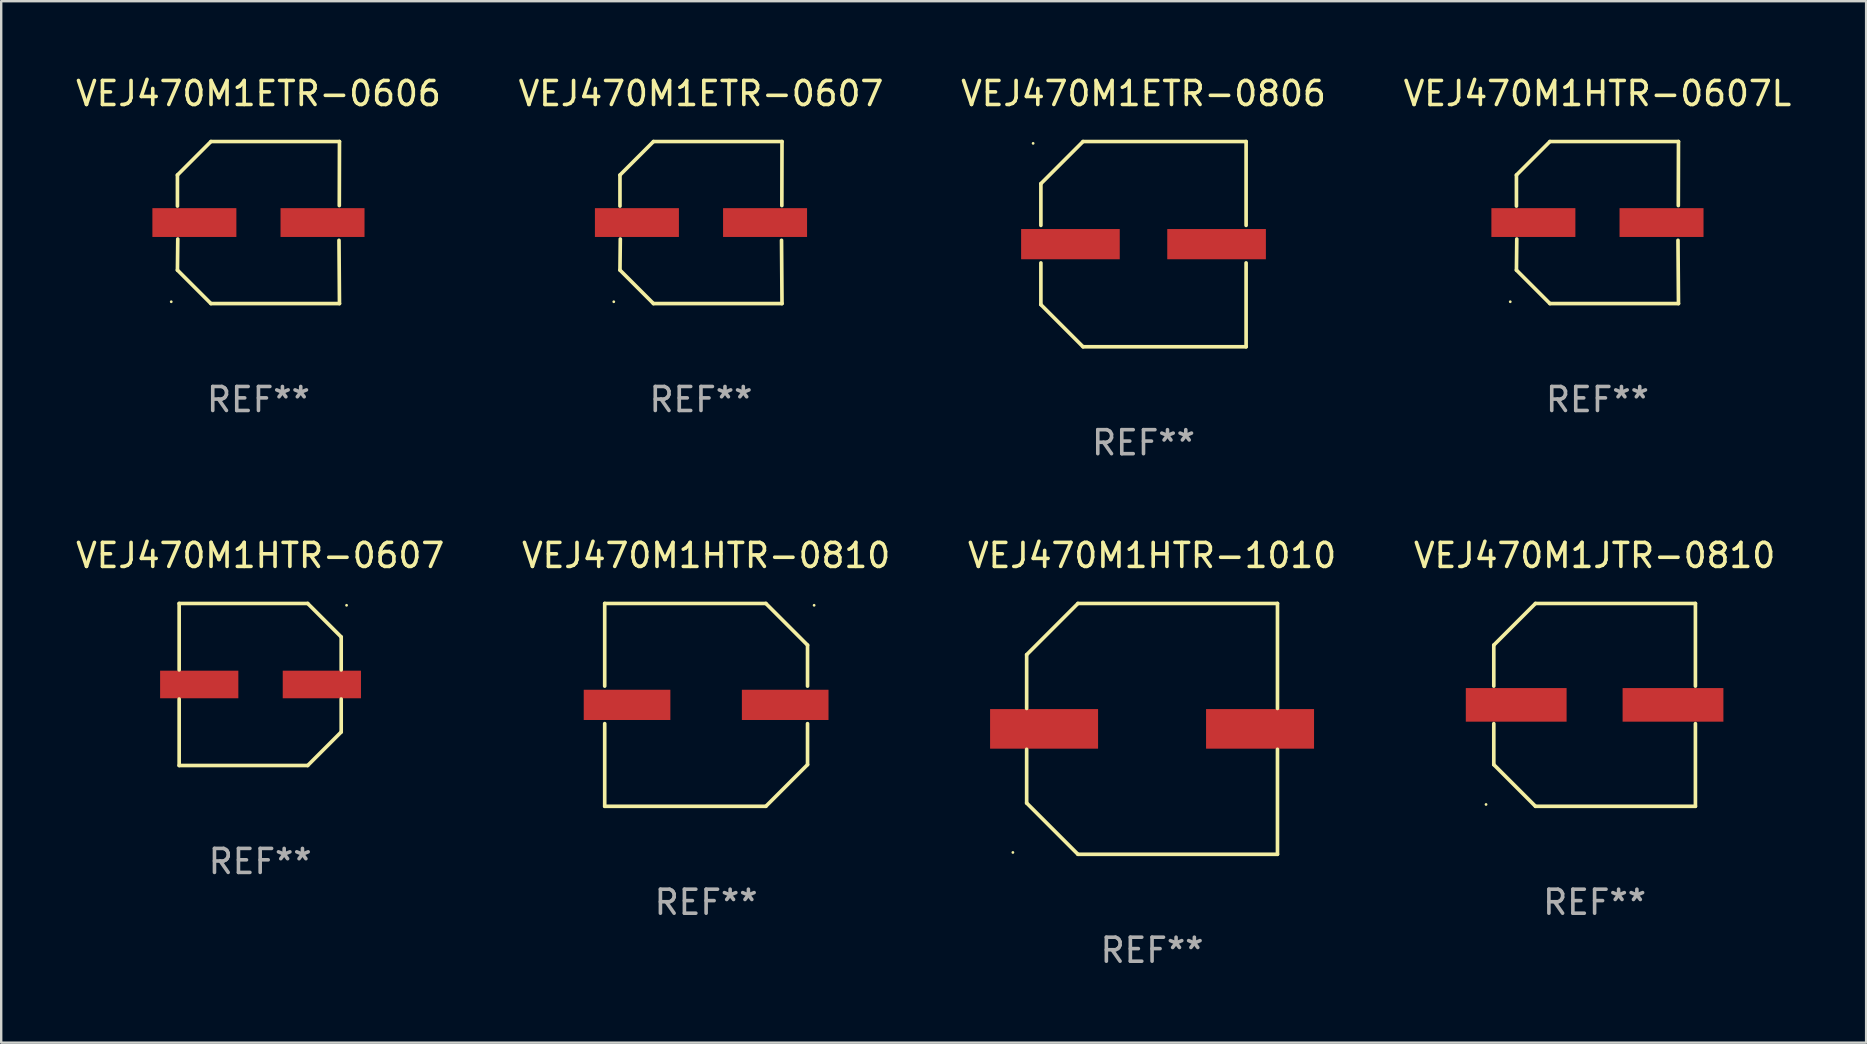
<source format=kicad_pcb>
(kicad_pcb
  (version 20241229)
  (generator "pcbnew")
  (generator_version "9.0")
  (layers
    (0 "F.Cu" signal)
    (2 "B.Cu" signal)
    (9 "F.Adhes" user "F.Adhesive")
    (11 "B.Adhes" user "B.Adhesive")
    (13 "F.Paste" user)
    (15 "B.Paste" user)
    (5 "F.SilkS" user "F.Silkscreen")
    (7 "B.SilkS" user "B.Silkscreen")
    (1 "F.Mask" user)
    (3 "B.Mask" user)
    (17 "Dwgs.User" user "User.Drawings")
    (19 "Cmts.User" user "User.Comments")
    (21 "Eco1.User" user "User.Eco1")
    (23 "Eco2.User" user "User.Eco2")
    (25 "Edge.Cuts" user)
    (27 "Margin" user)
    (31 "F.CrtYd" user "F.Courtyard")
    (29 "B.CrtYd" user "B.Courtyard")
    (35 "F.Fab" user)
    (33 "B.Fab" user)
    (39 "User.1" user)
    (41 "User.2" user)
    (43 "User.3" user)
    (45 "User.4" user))
  (footprint "VEJ470M1HTR-1010"
    (layer "F.Cu")
    (at 44.958 27.323)
    (property "Reference" "VEJ470M1HTR-1010" (at 0 -7.226 0) (layer "F.SilkS") (effects (font (size 1 1) (thickness 0.15))))
    (attr through_hole)
    (fp_line (start -5.226 -3.09) (end -5.226 -0.852) (stroke (width 0.152) (type solid)) (layer "F.SilkS"))
    (fp_line (start -5.226 3.09) (end -5.226 0.852) (stroke (width 0.152) (type solid)) (layer "F.SilkS"))
    (fp_line (start -3.09 -5.226) (end -5.226 -3.09) (stroke (width 0.152) (type solid)) (layer "F.SilkS"))
    (fp_line (start -3.09 5.226) (end -5.226 3.09) (stroke (width 0.152) (type solid)) (layer "F.SilkS"))
    (fp_line (start 5.226 -5.226) (end -3.09 -5.226) (stroke (width 0.152) (type solid)) (layer "F.SilkS"))
    (fp_line (start 5.226 -0.852) (end 5.226 -5.226) (stroke (width 0.152) (type solid)) (layer "F.SilkS"))
    (fp_line (start 5.226 0.852) (end 5.226 5.226) (stroke (width 0.152) (type solid)) (layer "F.SilkS"))
    (fp_line (start 5.226 5.226) (end -3.09 5.226) (stroke (width 0.152) (type solid)) (layer "F.SilkS"))
    (fp_circle (center -5.8 5.15) (end -5.77 5.15) (stroke (width 0.06) (type solid)) (fill no) (layer "F.SilkS"))
    (fp_text user "REF**" (at 0 9.226 0) (layer "F.Fab") (effects (font (size 1 1) (thickness 0.15))))
    (pad "1" smd rect (at -4.5 0) (size 4.5 1.65) (layers "F.Cu" "F.Mask" "F.Paste"))
    (pad "2" smd rect (at 4.5 0) (size 4.5 1.65) (layers "F.Cu" "F.Mask" "F.Paste")))
  (footprint "VEJ470M1HTR-0607L"
    (layer "F.Cu")
    (at 63.518 6.224)
    (property "Reference" "VEJ470M1HTR-0607L" (at 0 -5.376 0) (layer "F.SilkS") (effects (font (size 1 1) (thickness 0.15))))
    (attr through_hole)
    (fp_line (start -3.376 -1.98) (end -3.376 -0.686) (stroke (width 0.152) (type solid)) (layer "F.SilkS"))
    (fp_line (start -3.376 1.981) (end -3.362 0.686) (stroke (width 0.152) (type solid)) (layer "F.SilkS"))
    (fp_line (start -1.981 3.376) (end -3.376 1.981) (stroke (width 0.152) (type solid)) (layer "F.SilkS"))
    (fp_line (start -1.98 -3.376) (end -3.376 -1.98) (stroke (width 0.152) (type solid)) (layer "F.SilkS"))
    (fp_line (start 3.356 0.74) (end 3.376 3.376) (stroke (width 0.152) (type solid)) (layer "F.SilkS"))
    (fp_line (start 3.369 -0.707) (end 3.376 -3.376) (stroke (width 0.152) (type solid)) (layer "F.SilkS"))
    (fp_line (start 3.376 3.376) (end -1.981 3.376) (stroke (width 0.152) (type solid)) (layer "F.SilkS"))
    (fp_line (start 3.376 -3.376) (end -1.98 -3.376) (stroke (width 0.152) (type solid)) (layer "F.SilkS"))
    (fp_circle (center -3.634 3.3) (end -3.604 3.3) (stroke (width 0.06) (type solid)) (fill no) (layer "F.SilkS"))
    (fp_text user "REF**" (at 0 7.376 0) (layer "F.Fab") (effects (font (size 1 1) (thickness 0.15))))
    (pad "1" smd rect (at -2.67 0.000254) (size 3.5 1.2) (layers "F.Cu" "F.Mask" "F.Paste"))
    (pad "2" smd rect (at 2.67 0.000254) (size 3.5 1.2) (layers "F.Cu" "F.Mask" "F.Paste")))
  (footprint "VEJ470M1ETR-0806"
    (layer "F.Cu")
    (at 44.601 7.124)
    (property "Reference" "VEJ470M1ETR-0806" (at 0 -6.276 0) (layer "F.SilkS") (effects (font (size 1 1) (thickness 0.15))))
    (attr through_hole)
    (fp_line (start -4.276 -2.52) (end -2.52 -4.276) (stroke (width 0.152) (type solid)) (layer "F.SilkS"))
    (fp_line (start -4.276 -0.782) (end -4.276 -2.52) (stroke (width 0.152) (type solid)) (layer "F.SilkS"))
    (fp_line (start -4.276 0.782) (end -4.276 2.52) (stroke (width 0.152) (type solid)) (layer "F.SilkS"))
    (fp_line (start -4.276 2.52) (end -2.52 4.276) (stroke (width 0.152) (type solid)) (layer "F.SilkS"))
    (fp_line (start -2.52 -4.276) (end 4.276 -4.276) (stroke (width 0.152) (type solid)) (layer "F.SilkS"))
    (fp_line (start -2.52 4.276) (end 4.276 4.276) (stroke (width 0.152) (type solid)) (layer "F.SilkS"))
    (fp_line (start 4.276 -4.276) (end 4.276 -0.782) (stroke (width 0.152) (type solid)) (layer "F.SilkS"))
    (fp_line (start 4.276 4.276) (end 4.276 0.782) (stroke (width 0.152) (type solid)) (layer "F.SilkS"))
    (fp_circle (center -4.6 -4.2) (end -4.57 -4.2) (stroke (width 0.06) (type solid)) (fill no) (layer "F.SilkS"))
    (fp_text user "REF**" (at 0 8.276 0) (layer "F.Fab") (effects (font (size 1 1) (thickness 0.15))))
    (pad "1" smd rect (at -3.045 -0.000025) (size 4.11 1.26) (layers "F.Cu" "F.Mask" "F.Paste"))
    (pad "2" smd rect (at 3.045 -0.000025) (size 4.11 1.26) (layers "F.Cu" "F.Mask" "F.Paste")))
  (footprint "VEJ470M1ETR-0607"
    (layer "F.Cu")
    (at 26.161 6.224)
    (property "Reference" "VEJ470M1ETR-0607" (at 0 -5.376 0) (layer "F.SilkS") (effects (font (size 1 1) (thickness 0.15))))
    (attr through_hole)
    (fp_line (start -3.376 -1.98) (end -3.376 -0.686) (stroke (width 0.152) (type solid)) (layer "F.SilkS"))
    (fp_line (start -3.376 1.981) (end -3.362 0.686) (stroke (width 0.152) (type solid)) (layer "F.SilkS"))
    (fp_line (start -1.981 3.376) (end -3.376 1.981) (stroke (width 0.152) (type solid)) (layer "F.SilkS"))
    (fp_line (start -1.98 -3.376) (end -3.376 -1.98) (stroke (width 0.152) (type solid)) (layer "F.SilkS"))
    (fp_line (start 3.356 0.74) (end 3.376 3.376) (stroke (width 0.152) (type solid)) (layer "F.SilkS"))
    (fp_line (start 3.369 -0.707) (end 3.376 -3.376) (stroke (width 0.152) (type solid)) (layer "F.SilkS"))
    (fp_line (start 3.376 3.376) (end -1.981 3.376) (stroke (width 0.152) (type solid)) (layer "F.SilkS"))
    (fp_line (start 3.376 -3.376) (end -1.98 -3.376) (stroke (width 0.152) (type solid)) (layer "F.SilkS"))
    (fp_circle (center -3.634 3.3) (end -3.604 3.3) (stroke (width 0.06) (type solid)) (fill no) (layer "F.SilkS"))
    (fp_text user "REF**" (at 0 7.376 0) (layer "F.Fab") (effects (font (size 1 1) (thickness 0.15))))
    (pad "1" smd rect (at -2.67 0.000254) (size 3.5 1.2) (layers "F.Cu" "F.Mask" "F.Paste"))
    (pad "2" smd rect (at 2.67 0.000254) (size 3.5 1.2) (layers "F.Cu" "F.Mask" "F.Paste")))
  (footprint "VEJ470M1HTR-0810"
    (layer "F.Cu")
    (at 26.375 26.323)
    (property "Reference" "VEJ470M1HTR-0810" (at 0 -6.226 0) (layer "F.SilkS") (effects (font (size 1 1) (thickness 0.15))))
    (attr through_hole)
    (fp_line (start -4.226 -4.226) (end 2.49 -4.226) (stroke (width 0.152) (type solid)) (layer "F.SilkS"))
    (fp_line (start -4.226 -0.782) (end -4.226 -4.226) (stroke (width 0.152) (type solid)) (layer "F.SilkS"))
    (fp_line (start -4.226 0.782) (end -4.226 4.226) (stroke (width 0.152) (type solid)) (layer "F.SilkS"))
    (fp_line (start -4.226 4.226) (end 2.49 4.226) (stroke (width 0.152) (type solid)) (layer "F.SilkS"))
    (fp_line (start 2.49 -4.226) (end 4.226 -2.49) (stroke (width 0.152) (type solid)) (layer "F.SilkS"))
    (fp_line (start 2.49 4.226) (end 4.226 2.49) (stroke (width 0.152) (type solid)) (layer "F.SilkS"))
    (fp_line (start 4.226 -2.49) (end 4.226 -0.782) (stroke (width 0.152) (type solid)) (layer "F.SilkS"))
    (fp_line (start 4.226 2.49) (end 4.226 0.782) (stroke (width 0.152) (type solid)) (layer "F.SilkS"))
    (fp_circle (center 4.5 -4.15) (end 4.53 -4.15) (stroke (width 0.06) (type solid)) (fill no) (layer "F.SilkS"))
    (fp_text user "REF**" (at 0 8.226 0) (layer "F.Fab") (effects (font (size 1 1) (thickness 0.15))))
    (pad "1" smd rect (at 3.295 0 180) (size 3.61 1.26) (layers "F.Cu" "F.Mask" "F.Paste"))
    (pad "2" smd rect (at -3.295 0 180) (size 3.61 1.26) (layers "F.Cu" "F.Mask" "F.Paste")))
  (footprint "VEJ470M1HTR-0607"
    (layer "F.Cu")
    (at 7.792 25.473)
    (property "Reference" "VEJ470M1HTR-0607" (at 0 -5.376 0) (layer "F.SilkS") (effects (font (size 1 1) (thickness 0.15))))
    (attr through_hole)
    (fp_line (start -3.376 -3.376) (end 1.98 -3.376) (stroke (width 0.152) (type solid)) (layer "F.SilkS"))
    (fp_line (start -3.376 -0.607) (end -3.376 -3.376) (stroke (width 0.152) (type solid)) (layer "F.SilkS"))
    (fp_line (start -3.376 0.607) (end -3.376 3.376) (stroke (width 0.152) (type solid)) (layer "F.SilkS"))
    (fp_line (start -3.376 3.376) (end 1.98 3.376) (stroke (width 0.152) (type solid)) (layer "F.SilkS"))
    (fp_line (start 1.98 -3.376) (end 3.376 -1.98) (stroke (width 0.152) (type solid)) (layer "F.SilkS"))
    (fp_line (start 1.98 3.376) (end 3.376 1.98) (stroke (width 0.152) (type solid)) (layer "F.SilkS"))
    (fp_line (start 3.376 -1.98) (end 3.376 -0.607) (stroke (width 0.152) (type solid)) (layer "F.SilkS"))
    (fp_line (start 3.376 1.98) (end 3.376 0.607) (stroke (width 0.152) (type solid)) (layer "F.SilkS"))
    (fp_circle (center 3.6 -3.3) (end 3.63 -3.3) (stroke (width 0.06) (type solid)) (fill no) (layer "F.SilkS"))
    (fp_text user "REF**" (at 0 7.376 0) (layer "F.Fab") (effects (font (size 1 1) (thickness 0.15))))
    (pad "1" smd rect (at 2.57 0 180) (size 3.26 1.15) (layers "F.Cu" "F.Mask" "F.Paste"))
    (pad "2" smd rect (at -2.54 0 180) (size 3.26 1.15) (layers "F.Cu" "F.Mask" "F.Paste")))
  (footprint "VEJ470M1JTR-0810"
    (layer "F.Cu")
    (at 63.399 26.323)
    (property "Reference" "VEJ470M1JTR-0810" (at 0 -6.226 0) (layer "F.SilkS") (effects (font (size 1 1) (thickness 0.15))))
    (attr through_hole)
    (fp_line (start -4.201 -2.49) (end -4.201 -0.782) (stroke (width 0.152) (type solid)) (layer "F.SilkS"))
    (fp_line (start -4.201 2.49) (end -4.201 0.782) (stroke (width 0.152) (type solid)) (layer "F.SilkS"))
    (fp_line (start -2.465 -4.226) (end -4.201 -2.49) (stroke (width 0.152) (type solid)) (layer "F.SilkS"))
    (fp_line (start -2.465 4.226) (end -4.201 2.49) (stroke (width 0.152) (type solid)) (layer "F.SilkS"))
    (fp_line (start 4.201 -4.226) (end -2.465 -4.226) (stroke (width 0.152) (type solid)) (layer "F.SilkS"))
    (fp_line (start 4.201 -0.782) (end 4.201 -4.226) (stroke (width 0.152) (type solid)) (layer "F.SilkS"))
    (fp_line (start 4.201 0.782) (end 4.201 4.226) (stroke (width 0.152) (type solid)) (layer "F.SilkS"))
    (fp_line (start 4.201 4.226) (end -2.465 4.226) (stroke (width 0.152) (type solid)) (layer "F.SilkS"))
    (fp_circle (center -4.524 4.15) (end -4.494 4.15) (stroke (width 0.06) (type solid)) (fill no) (layer "F.SilkS"))
    (fp_text user "REF**" (at 0 8.226 0) (layer "F.Fab") (effects (font (size 1 1) (thickness 0.15))))
    (pad "1" smd rect (at -3.267 0) (size 4.2 1.4) (layers "F.Cu" "F.Mask" "F.Paste"))
    (pad "2" smd rect (at 3.267 0) (size 4.2 1.4) (layers "F.Cu" "F.Mask" "F.Paste")))
  (footprint "VEJ470M1ETR-0606"
    (layer "F.Cu")
    (at 7.72 6.224)
    (property "Reference" "VEJ470M1ETR-0606" (at 0 -5.376 0) (layer "F.SilkS") (effects (font (size 1 1) (thickness 0.15))))
    (attr through_hole)
    (fp_line (start -3.376 -1.98) (end -3.376 -0.686) (stroke (width 0.152) (type solid)) (layer "F.SilkS"))
    (fp_line (start -3.376 1.981) (end -3.362 0.686) (stroke (width 0.152) (type solid)) (layer "F.SilkS"))
    (fp_line (start -1.981 3.376) (end -3.376 1.981) (stroke (width 0.152) (type solid)) (layer "F.SilkS"))
    (fp_line (start -1.98 -3.376) (end -3.376 -1.98) (stroke (width 0.152) (type solid)) (layer "F.SilkS"))
    (fp_line (start 3.356 0.74) (end 3.376 3.376) (stroke (width 0.152) (type solid)) (layer "F.SilkS"))
    (fp_line (start 3.369 -0.707) (end 3.376 -3.376) (stroke (width 0.152) (type solid)) (layer "F.SilkS"))
    (fp_line (start 3.376 3.376) (end -1.981 3.376) (stroke (width 0.152) (type solid)) (layer "F.SilkS"))
    (fp_line (start 3.376 -3.376) (end -1.98 -3.376) (stroke (width 0.152) (type solid)) (layer "F.SilkS"))
    (fp_circle (center -3.634 3.3) (end -3.604 3.3) (stroke (width 0.06) (type solid)) (fill no) (layer "F.SilkS"))
    (fp_text user "REF**" (at 0 7.376 0) (layer "F.Fab") (effects (font (size 1 1) (thickness 0.15))))
    (pad "1" smd rect (at -2.67 0.000254) (size 3.5 1.2) (layers "F.Cu" "F.Mask" "F.Paste"))
    (pad "2" smd rect (at 2.67 0.000254) (size 3.5 1.2) (layers "F.Cu" "F.Mask" "F.Paste")))
  (gr_rect
    (start -3 -3)
    (end 74.714 40.398)
    (stroke (width 0.1) (type default))
    (fill no)
    (layer "Edge.Cuts")))
</source>
